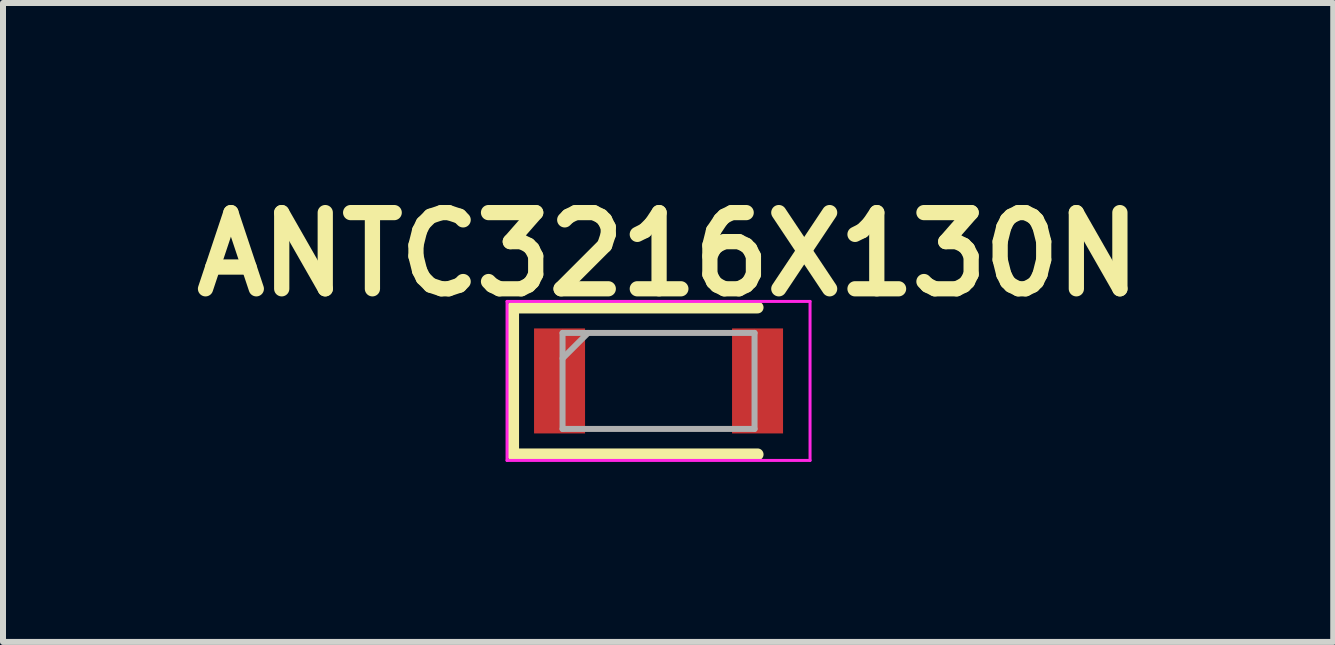
<source format=kicad_pcb>
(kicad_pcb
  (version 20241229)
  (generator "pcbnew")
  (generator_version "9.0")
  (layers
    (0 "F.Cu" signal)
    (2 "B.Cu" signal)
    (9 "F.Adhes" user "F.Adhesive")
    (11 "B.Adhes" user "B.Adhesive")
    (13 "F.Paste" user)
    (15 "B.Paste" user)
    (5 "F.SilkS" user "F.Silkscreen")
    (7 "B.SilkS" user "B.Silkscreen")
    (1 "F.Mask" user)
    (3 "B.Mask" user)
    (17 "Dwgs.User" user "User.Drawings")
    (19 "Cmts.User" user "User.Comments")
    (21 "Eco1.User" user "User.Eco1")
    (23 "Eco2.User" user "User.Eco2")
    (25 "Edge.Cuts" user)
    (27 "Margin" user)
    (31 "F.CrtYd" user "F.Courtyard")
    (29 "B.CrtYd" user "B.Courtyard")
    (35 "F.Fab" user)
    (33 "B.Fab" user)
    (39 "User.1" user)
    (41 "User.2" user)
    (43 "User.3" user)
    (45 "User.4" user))
  (footprint "ANTC3216X130N"
    (layer "F.Cu")
    (at 7.926 3.299)
    (property "Reference" "ANTC3216X130N" (at 0.16 -2.11 0) (layer "F.SilkS") (effects (font (size 1.27 1.27) (thickness 0.254))))
    (attr smd)
    (fp_line (start -2.425 -1.225) (end -2.425 1.225) (stroke (width 0.2) (type solid)) (layer "F.SilkS"))
    (fp_line (start -2.425 1.225) (end 1.65 1.225) (stroke (width 0.2) (type solid)) (layer "F.SilkS"))
    (fp_line (start 1.65 -1.225) (end -2.425 -1.225) (stroke (width 0.2) (type solid)) (layer "F.SilkS"))
    (fp_line (start -2.525 -1.325) (end 2.525 -1.325) (stroke (width 0.05) (type solid)) (layer "F.CrtYd"))
    (fp_line (start -2.525 1.325) (end -2.525 -1.325) (stroke (width 0.05) (type solid)) (layer "F.CrtYd"))
    (fp_line (start 2.525 -1.325) (end 2.525 1.325) (stroke (width 0.05) (type solid)) (layer "F.CrtYd"))
    (fp_line (start 2.525 1.325) (end -2.525 1.325) (stroke (width 0.05) (type solid)) (layer "F.CrtYd"))
    (fp_line (start -1.6 -0.8) (end 1.6 -0.8) (stroke (width 0.1) (type solid)) (layer "F.Fab"))
    (fp_line (start -1.6 -0.375) (end -1.175 -0.8) (stroke (width 0.1) (type solid)) (layer "F.Fab"))
    (fp_line (start -1.6 0.8) (end -1.6 -0.8) (stroke (width 0.1) (type solid)) (layer "F.Fab"))
    (fp_line (start 1.6 -0.8) (end 1.6 0.8) (stroke (width 0.1) (type solid)) (layer "F.Fab"))
    (fp_line (start 1.6 0.8) (end -1.6 0.8) (stroke (width 0.1) (type solid)) (layer "F.Fab"))
    (pad "1" smd rect (at -1.65 0) (size 0.85 1.75) (layers "F.Cu" "F.Mask" "F.Paste"))
    (pad "2" smd rect (at 1.65 0) (size 0.85 1.75) (layers "F.Cu" "F.Mask" "F.Paste")))
  (gr_rect
    (start -3 -3)
    (end 19.171 7.649)
    (stroke (width 0.1) (type default))
    (fill no)
    (layer "Edge.Cuts")))
</source>
